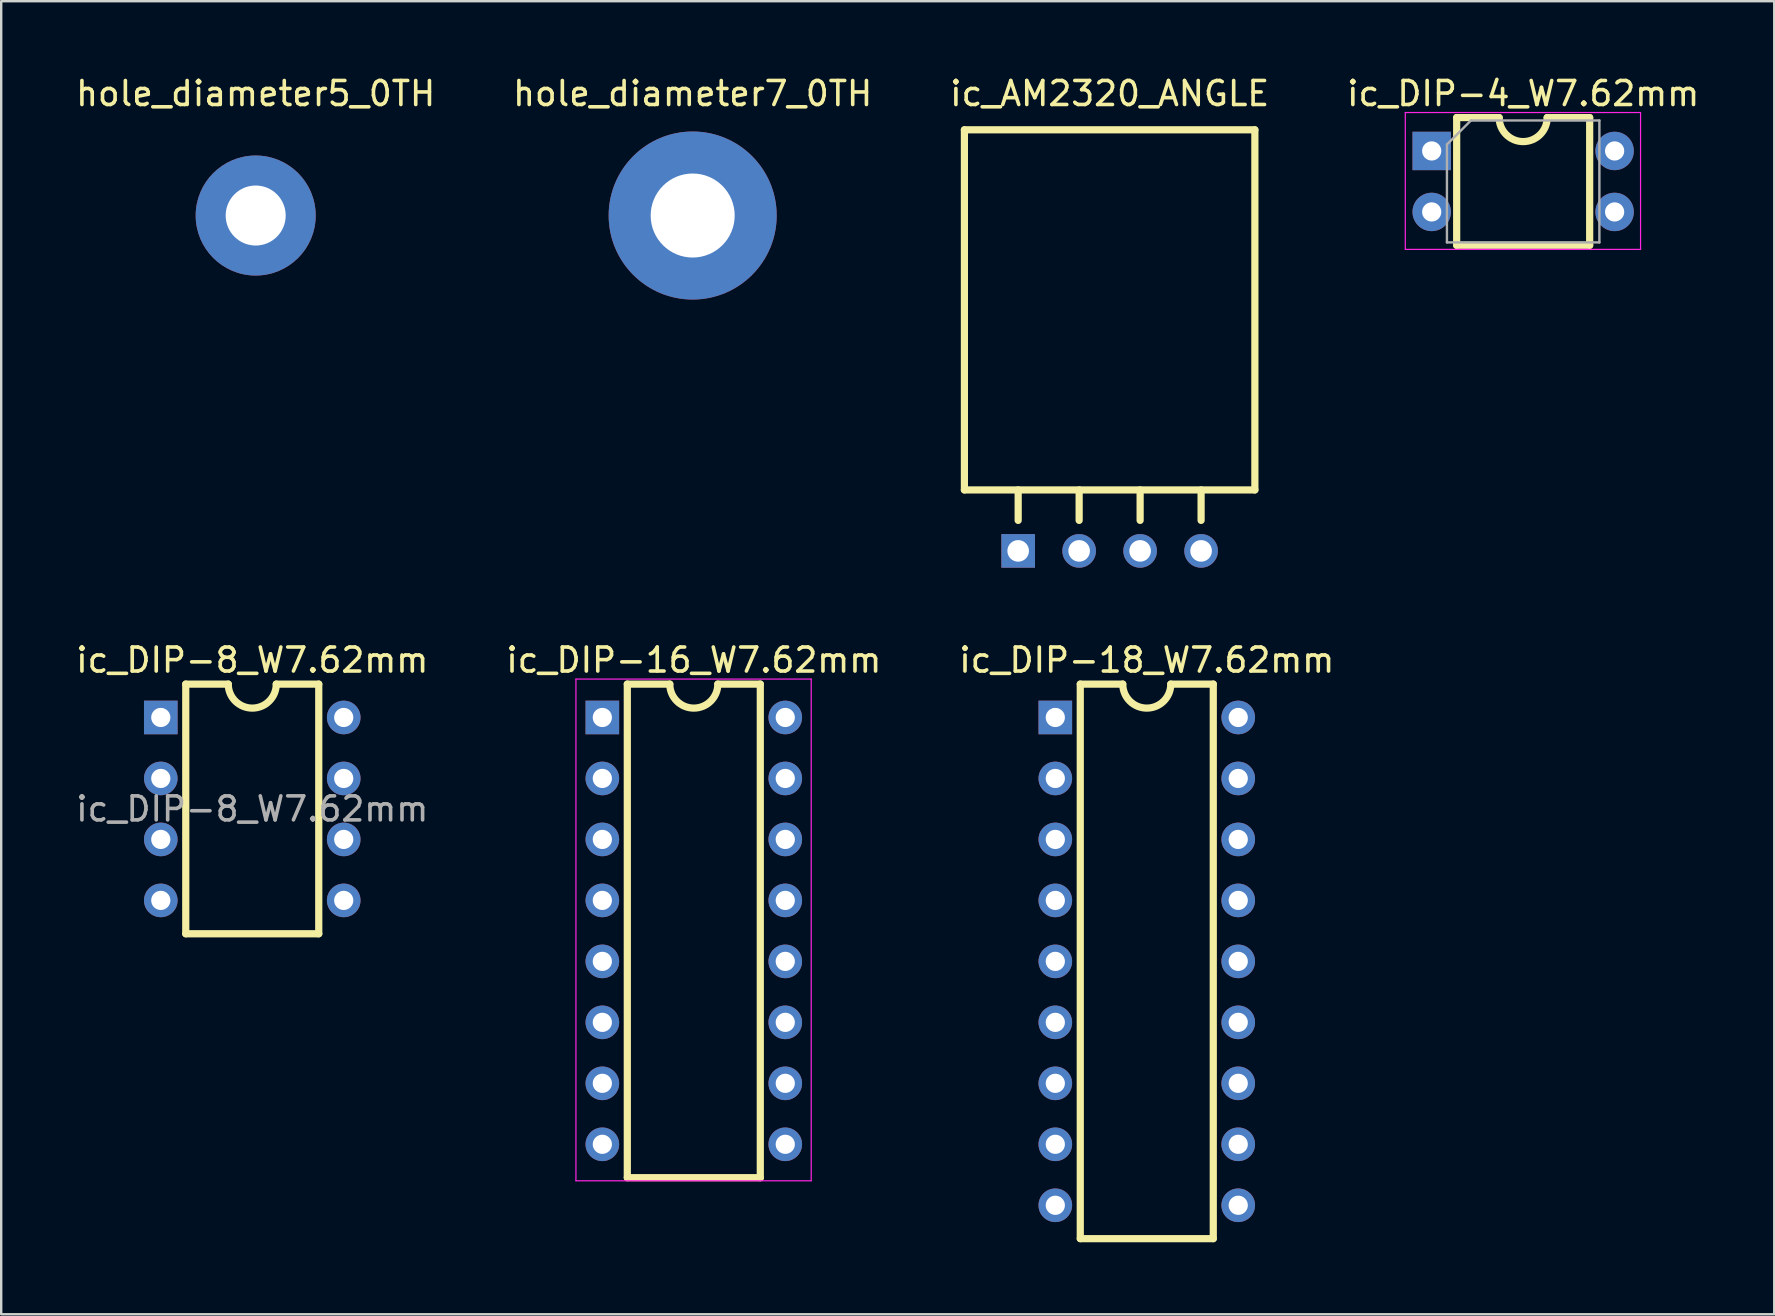
<source format=kicad_pcb>
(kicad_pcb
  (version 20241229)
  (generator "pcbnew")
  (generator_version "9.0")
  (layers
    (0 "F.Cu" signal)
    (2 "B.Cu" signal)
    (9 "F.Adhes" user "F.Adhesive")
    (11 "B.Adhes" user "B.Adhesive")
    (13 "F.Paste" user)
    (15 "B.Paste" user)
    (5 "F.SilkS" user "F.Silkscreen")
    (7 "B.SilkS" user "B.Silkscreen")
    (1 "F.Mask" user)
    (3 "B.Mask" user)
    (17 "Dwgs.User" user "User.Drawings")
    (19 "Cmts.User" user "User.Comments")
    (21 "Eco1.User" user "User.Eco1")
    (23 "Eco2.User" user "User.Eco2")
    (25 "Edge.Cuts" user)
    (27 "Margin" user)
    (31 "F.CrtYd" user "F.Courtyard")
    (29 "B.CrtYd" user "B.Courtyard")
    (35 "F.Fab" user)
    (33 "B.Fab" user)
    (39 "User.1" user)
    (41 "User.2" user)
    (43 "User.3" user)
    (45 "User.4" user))
  (footprint "ic_DIP-4_W7.62mm"
    (layer "F.Cu")
    (at 56.589 3.238)
    (property "Reference" "ic_DIP-4_W7.62mm" (at 3.81 -2.39 0) (layer "F.SilkS") (effects (font (size 1 1) (thickness 0.15))))
    (attr through_hole)
    (fp_line (start 1.04 -1.39) (end 1.04 3.93) (stroke (width 0.3) (type solid)) (layer "F.SilkS"))
    (fp_line (start 1.04 3.93) (end 6.58 3.93) (stroke (width 0.3) (type solid)) (layer "F.SilkS"))
    (fp_line (start 2.81 -1.39) (end 1.04 -1.39) (stroke (width 0.3) (type solid)) (layer "F.SilkS"))
    (fp_line (start 6.58 -1.39) (end 4.81 -1.39) (stroke (width 0.3) (type solid)) (layer "F.SilkS"))
    (fp_line (start 6.58 3.93) (end 6.58 -1.39) (stroke (width 0.3) (type solid)) (layer "F.SilkS"))
    (fp_arc (start 4.81 -1.39) (mid 3.81 -0.39) (end 2.81 -1.39) (stroke (width 0.3) (type solid)) (layer "F.SilkS"))
    (fp_line (start -1.1 -1.6) (end -1.1 4.1) (stroke (width 0.05) (type solid)) (layer "F.CrtYd"))
    (fp_line (start -1.1 4.1) (end 8.7 4.1) (stroke (width 0.05) (type solid)) (layer "F.CrtYd"))
    (fp_line (start 8.7 -1.6) (end -1.1 -1.6) (stroke (width 0.05) (type solid)) (layer "F.CrtYd"))
    (fp_line (start 8.7 4.1) (end 8.7 -1.6) (stroke (width 0.05) (type solid)) (layer "F.CrtYd"))
    (fp_line (start 0.635 -0.27) (end 1.635 -1.27) (stroke (width 0.1) (type solid)) (layer "F.Fab"))
    (fp_line (start 0.635 3.81) (end 0.635 -0.27) (stroke (width 0.1) (type solid)) (layer "F.Fab"))
    (fp_line (start 1.635 -1.27) (end 6.985 -1.27) (stroke (width 0.1) (type solid)) (layer "F.Fab"))
    (fp_line (start 6.985 -1.27) (end 6.985 3.81) (stroke (width 0.1) (type solid)) (layer "F.Fab"))
    (fp_line (start 6.985 3.81) (end 0.635 3.81) (stroke (width 0.1) (type solid)) (layer "F.Fab"))
    (pad "1" thru_hole rect (at 0 0) (size 1.6 1.6) (drill 0.8) (layers "*.Cu" "*.Mask"))
    (pad "2" thru_hole oval (at 0 2.54) (size 1.6 1.6) (drill 0.8) (layers "*.Cu" "*.Mask"))
    (pad "3" thru_hole oval (at 7.62 2.54) (size 1.6 1.6) (drill 0.8) (layers "*.Cu" "*.Mask"))
    (pad "4" thru_hole oval (at 7.62 0) (size 1.6 1.6) (drill 0.8) (layers "*.Cu" "*.Mask")))
  (footprint "ic_AM2320_ANGLE"
    (layer "F.Cu")
    (at 43.173 19.898)
    (property "Reference" "ic_AM2320_ANGLE" (at 0 -19.05 0) (layer "F.SilkS") (effects (font (size 1 1) (thickness 0.15))))
    (attr through_hole)
    (fp_line (start -6.05 -17.54) (end -6.05 -2.54) (stroke (width 0.3) (type solid)) (layer "F.SilkS"))
    (fp_line (start -6.05 -2.54) (end 6.05 -2.54) (stroke (width 0.3) (type solid)) (layer "F.SilkS"))
    (fp_line (start -3.81 -1.27) (end -3.81 -2.54) (stroke (width 0.3) (type solid)) (layer "F.SilkS"))
    (fp_line (start -1.27 -1.27) (end -1.27 -2.54) (stroke (width 0.3) (type solid)) (layer "F.SilkS"))
    (fp_line (start 1.27 -1.27) (end 1.27 -2.54) (stroke (width 0.3) (type solid)) (layer "F.SilkS"))
    (fp_line (start 3.81 -1.27) (end 3.81 -2.54) (stroke (width 0.3) (type solid)) (layer "F.SilkS"))
    (fp_line (start 6.05 -17.54) (end -6.05 -17.54) (stroke (width 0.3) (type solid)) (layer "F.SilkS"))
    (fp_line (start 6.05 -2.54) (end 6.05 -17.54) (stroke (width 0.3) (type solid)) (layer "F.SilkS"))
    (pad "1" thru_hole rect (at -3.81 0) (size 1.4 1.4) (drill 0.9) (layers "*.Cu" "*.Mask"))
    (pad "2" thru_hole circle (at -1.27 0) (size 1.4 1.4) (drill 0.9) (layers "*.Cu" "*.Mask"))
    (pad "3" thru_hole circle (at 1.27 0) (size 1.4 1.4) (drill 0.9) (layers "*.Cu" "*.Mask"))
    (pad "4" thru_hole circle (at 3.81 0) (size 1.4 1.4) (drill 0.9) (layers "*.Cu" "*.Mask")))
  (footprint "hole_diameter5_0TH"
    (layer "F.Cu")
    (at 7.601 5.928)
    (property "Reference" "hole_diameter5_0TH" (at 0 -5.08 0) (layer "F.SilkS") (effects (font (size 1 1) (thickness 0.15))))
    (attr through_hole)
    (pad "1" thru_hole circle (at 0 0) (size 5 5) (drill 2.5) (layers "*.Cu" "*.Mask")))
  (footprint "hole_diameter7_0TH"
    (layer "F.Cu")
    (at 25.804 5.928)
    (property "Reference" "hole_diameter7_0TH" (at 0 -5.08 0) (layer "F.SilkS") (effects (font (size 1 1) (thickness 0.15))))
    (attr through_hole)
    (pad "1" thru_hole circle (at 0 0) (size 7 7) (drill 3.5) (layers "*.Cu" "*.Mask")))
  (footprint "ic_DIP-16_W7.62mm"
    (layer "F.Cu")
    (at 22.041 26.837)
    (property "Reference" "ic_DIP-16_W7.62mm" (at 3.81 -2.39 0) (layer "F.SilkS") (effects (font (size 1 1) (thickness 0.15))))
    (attr through_hole)
    (fp_line (start 1.04 -1.39) (end 1.04 19.17) (stroke (width 0.3) (type solid)) (layer "F.SilkS"))
    (fp_line (start 1.04 19.17) (end 6.58 19.17) (stroke (width 0.3) (type solid)) (layer "F.SilkS"))
    (fp_line (start 2.81 -1.39) (end 1.04 -1.39) (stroke (width 0.3) (type solid)) (layer "F.SilkS"))
    (fp_line (start 6.58 -1.39) (end 4.81 -1.39) (stroke (width 0.3) (type solid)) (layer "F.SilkS"))
    (fp_line (start 6.58 19.17) (end 6.58 -1.39) (stroke (width 0.3) (type solid)) (layer "F.SilkS"))
    (fp_arc (start 4.81 -1.39) (mid 3.81 -0.39) (end 2.81 -1.39) (stroke (width 0.3) (type solid)) (layer "F.SilkS"))
    (fp_line (start -1.1 -1.6) (end -1.1 19.3) (stroke (width 0.05) (type solid)) (layer "F.CrtYd"))
    (fp_line (start -1.1 19.3) (end 8.7 19.3) (stroke (width 0.05) (type solid)) (layer "F.CrtYd"))
    (fp_line (start 8.7 -1.6) (end -1.1 -1.6) (stroke (width 0.05) (type solid)) (layer "F.CrtYd"))
    (fp_line (start 8.7 19.3) (end 8.7 -1.6) (stroke (width 0.05) (type solid)) (layer "F.CrtYd"))
    (pad "1" thru_hole rect (at 0 0) (size 1.4 1.4) (drill 0.8) (layers "*.Cu" "*.Mask"))
    (pad "2" thru_hole oval (at 0 2.54) (size 1.4 1.4) (drill 0.8) (layers "*.Cu" "*.Mask"))
    (pad "3" thru_hole oval (at 0 5.08) (size 1.4 1.4) (drill 0.8) (layers "*.Cu" "*.Mask"))
    (pad "4" thru_hole oval (at 0 7.62) (size 1.4 1.4) (drill 0.8) (layers "*.Cu" "*.Mask"))
    (pad "5" thru_hole oval (at 0 10.16) (size 1.4 1.4) (drill 0.8) (layers "*.Cu" "*.Mask"))
    (pad "6" thru_hole oval (at 0 12.7) (size 1.4 1.4) (drill 0.8) (layers "*.Cu" "*.Mask"))
    (pad "7" thru_hole oval (at 0 15.24) (size 1.4 1.4) (drill 0.8) (layers "*.Cu" "*.Mask"))
    (pad "8" thru_hole oval (at 0 17.78) (size 1.4 1.4) (drill 0.8) (layers "*.Cu" "*.Mask"))
    (pad "9" thru_hole oval (at 7.62 17.78) (size 1.4 1.4) (drill 0.8) (layers "*.Cu" "*.Mask"))
    (pad "10" thru_hole oval (at 7.62 15.24) (size 1.4 1.4) (drill 0.8) (layers "*.Cu" "*.Mask"))
    (pad "11" thru_hole oval (at 7.62 12.7) (size 1.4 1.4) (drill 0.8) (layers "*.Cu" "*.Mask"))
    (pad "12" thru_hole oval (at 7.62 10.16) (size 1.4 1.4) (drill 0.8) (layers "*.Cu" "*.Mask"))
    (pad "13" thru_hole oval (at 7.62 7.62) (size 1.4 1.4) (drill 0.8) (layers "*.Cu" "*.Mask"))
    (pad "14" thru_hole oval (at 7.62 5.08) (size 1.4 1.4) (drill 0.8) (layers "*.Cu" "*.Mask"))
    (pad "15" thru_hole oval (at 7.62 2.54) (size 1.4 1.4) (drill 0.8) (layers "*.Cu" "*.Mask"))
    (pad "16" thru_hole oval (at 7.62 0) (size 1.4 1.4) (drill 0.8) (layers "*.Cu" "*.Mask")))
  (footprint "ic_DIP-18_W7.62mm"
    (layer "F.Cu")
    (at 40.91 26.837)
    (property "Reference" "ic_DIP-18_W7.62mm" (at 3.81 -2.39 0) (layer "F.SilkS") (effects (font (size 1 1) (thickness 0.15))))
    (attr through_hole)
    (fp_line (start 1.04 -1.39) (end 1.04 21.71) (stroke (width 0.3) (type solid)) (layer "F.SilkS"))
    (fp_line (start 1.04 21.71) (end 6.58 21.71) (stroke (width 0.3) (type solid)) (layer "F.SilkS"))
    (fp_line (start 2.81 -1.39) (end 1.04 -1.39) (stroke (width 0.3) (type solid)) (layer "F.SilkS"))
    (fp_line (start 6.58 -1.39) (end 4.81 -1.39) (stroke (width 0.3) (type solid)) (layer "F.SilkS"))
    (fp_line (start 6.58 21.71) (end 6.58 -1.39) (stroke (width 0.3) (type solid)) (layer "F.SilkS"))
    (fp_arc (start 4.81 -1.39) (mid 3.81 -0.39) (end 2.81 -1.39) (stroke (width 0.3) (type solid)) (layer "F.SilkS"))
    (pad "1" thru_hole rect (at 0 0) (size 1.4 1.4) (drill 0.8) (layers "*.Cu" "*.Mask"))
    (pad "2" thru_hole oval (at 0 2.54) (size 1.4 1.4) (drill 0.8) (layers "*.Cu" "*.Mask"))
    (pad "3" thru_hole oval (at 0 5.08) (size 1.4 1.4) (drill 0.8) (layers "*.Cu" "*.Mask"))
    (pad "4" thru_hole oval (at 0 7.62) (size 1.4 1.4) (drill 0.8) (layers "*.Cu" "*.Mask"))
    (pad "5" thru_hole oval (at 0 10.16) (size 1.4 1.4) (drill 0.8) (layers "*.Cu" "*.Mask"))
    (pad "6" thru_hole oval (at 0 12.7) (size 1.4 1.4) (drill 0.8) (layers "*.Cu" "*.Mask"))
    (pad "7" thru_hole oval (at 0 15.24) (size 1.4 1.4) (drill 0.8) (layers "*.Cu" "*.Mask"))
    (pad "8" thru_hole oval (at 0 17.78) (size 1.4 1.4) (drill 0.8) (layers "*.Cu" "*.Mask"))
    (pad "9" thru_hole oval (at 0 20.32) (size 1.4 1.4) (drill 0.8) (layers "*.Cu" "*.Mask"))
    (pad "10" thru_hole oval (at 7.62 20.32) (size 1.4 1.4) (drill 0.8) (layers "*.Cu" "*.Mask"))
    (pad "11" thru_hole oval (at 7.62 17.78) (size 1.4 1.4) (drill 0.8) (layers "*.Cu" "*.Mask"))
    (pad "12" thru_hole oval (at 7.62 15.24) (size 1.4 1.4) (drill 0.8) (layers "*.Cu" "*.Mask"))
    (pad "13" thru_hole oval (at 7.62 12.7) (size 1.4 1.4) (drill 0.8) (layers "*.Cu" "*.Mask"))
    (pad "14" thru_hole oval (at 7.62 10.16) (size 1.4 1.4) (drill 0.8) (layers "*.Cu" "*.Mask"))
    (pad "15" thru_hole oval (at 7.62 7.62) (size 1.4 1.4) (drill 0.8) (layers "*.Cu" "*.Mask"))
    (pad "16" thru_hole oval (at 7.62 5.08) (size 1.4 1.4) (drill 0.8) (layers "*.Cu" "*.Mask"))
    (pad "17" thru_hole oval (at 7.62 2.54) (size 1.4 1.4) (drill 0.8) (layers "*.Cu" "*.Mask"))
    (pad "18" thru_hole oval (at 7.62 0) (size 1.4 1.4) (drill 0.8) (layers "*.Cu" "*.Mask")))
  (footprint "ic_DIP-8_W7.62mm"
    (layer "F.Cu")
    (at 3.648 26.837)
    (property "Reference" "ic_DIP-8_W7.62mm" (at 3.81 -2.39 0) (layer "F.SilkS") (effects (font (size 1 1) (thickness 0.15))))
    (attr through_hole)
    (fp_line (start 1.04 -1.39) (end 1.04 9.01) (stroke (width 0.3) (type solid)) (layer "F.SilkS"))
    (fp_line (start 1.04 9.01) (end 6.58 9.01) (stroke (width 0.3) (type solid)) (layer "F.SilkS"))
    (fp_line (start 2.81 -1.39) (end 1.04 -1.39) (stroke (width 0.3) (type solid)) (layer "F.SilkS"))
    (fp_line (start 6.58 -1.39) (end 4.81 -1.39) (stroke (width 0.3) (type solid)) (layer "F.SilkS"))
    (fp_line (start 6.58 9.01) (end 6.58 -1.39) (stroke (width 0.3) (type solid)) (layer "F.SilkS"))
    (fp_arc (start 4.81 -1.39) (mid 3.81 -0.39) (end 2.81 -1.39) (stroke (width 0.3) (type solid)) (layer "F.SilkS"))
    (fp_text user "${REFERENCE}" (at 3.81 3.81 0) (layer "F.Fab") (effects (font (size 1 1) (thickness 0.15))))
    (pad "1" thru_hole rect (at 0 0) (size 1.4 1.4) (drill 0.8) (layers "*.Cu" "*.Mask"))
    (pad "2" thru_hole circle (at 0 2.54) (size 1.4 1.4) (drill 0.8) (layers "*.Cu" "*.Mask"))
    (pad "3" thru_hole circle (at 0 5.08) (size 1.4 1.4) (drill 0.8) (layers "*.Cu" "*.Mask"))
    (pad "4" thru_hole circle (at 0 7.62) (size 1.4 1.4) (drill 0.8) (layers "*.Cu" "*.Mask"))
    (pad "5" thru_hole circle (at 7.62 7.62) (size 1.4 1.4) (drill 0.8) (layers "*.Cu" "*.Mask"))
    (pad "6" thru_hole circle (at 7.62 5.08) (size 1.4 1.4) (drill 0.8) (layers "*.Cu" "*.Mask"))
    (pad "7" thru_hole circle (at 7.62 2.54) (size 1.4 1.4) (drill 0.8) (layers "*.Cu" "*.Mask"))
    (pad "8" thru_hole circle (at 7.62 0) (size 1.4 1.4) (drill 0.8) (layers "*.Cu" "*.Mask")))
  (gr_rect
    (start -3 -3)
    (end 70.857 51.697)
    (stroke (width 0.1) (type default))
    (fill no)
    (layer "Edge.Cuts")))
</source>
